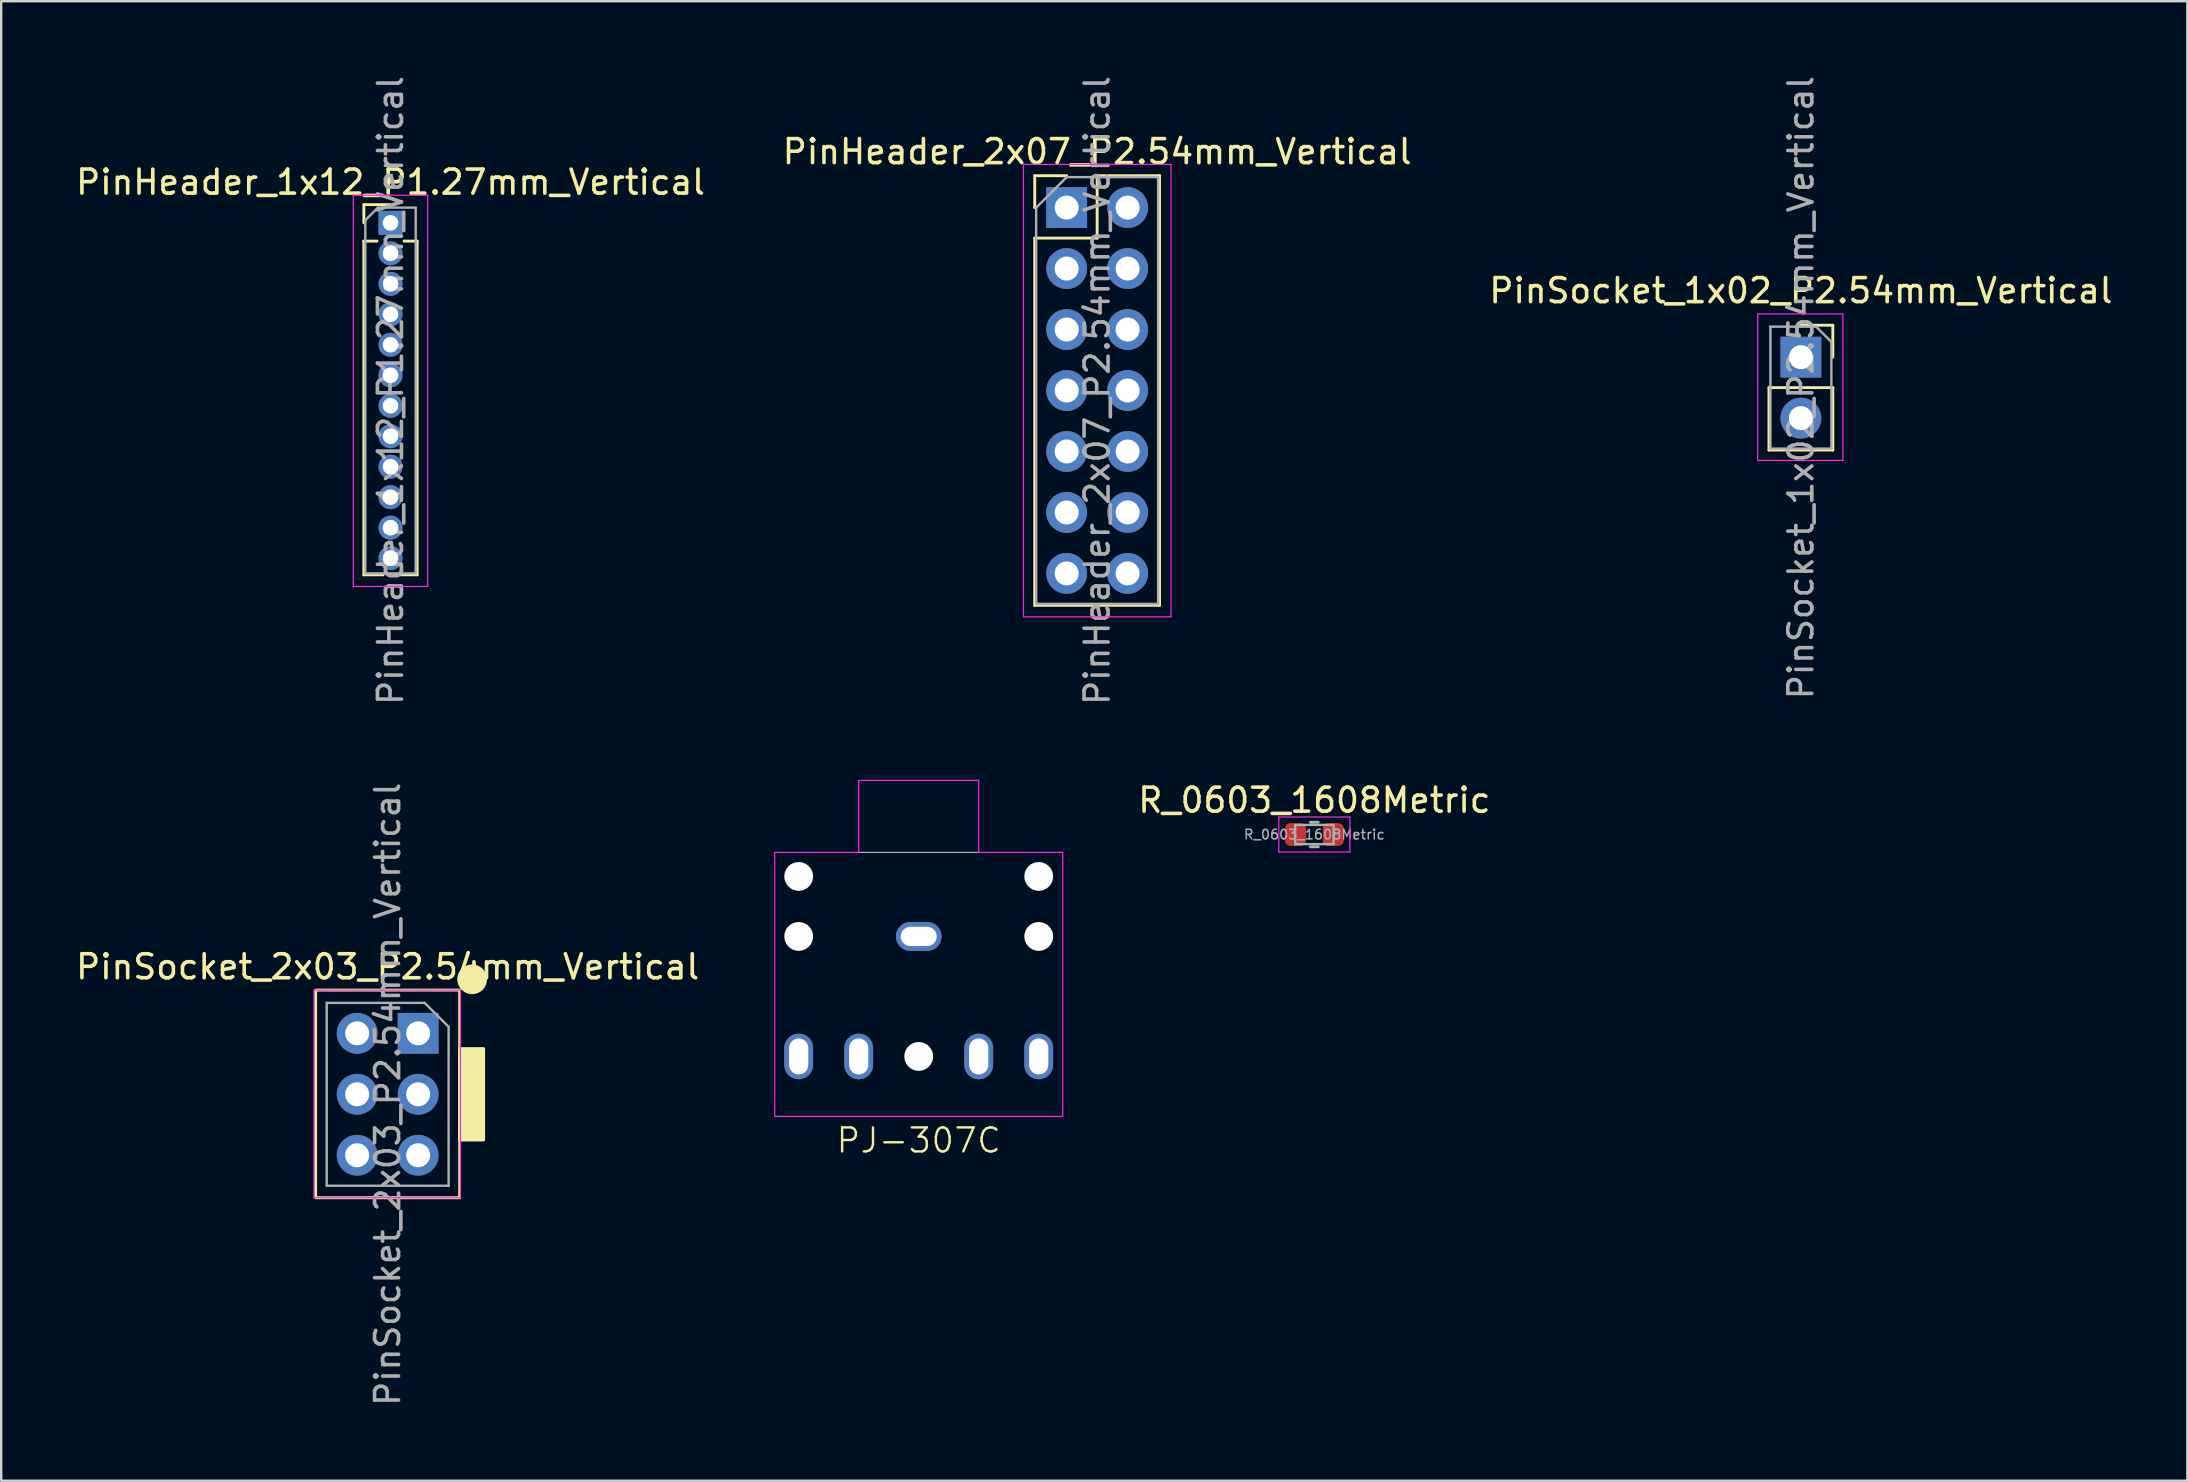
<source format=kicad_pcb>
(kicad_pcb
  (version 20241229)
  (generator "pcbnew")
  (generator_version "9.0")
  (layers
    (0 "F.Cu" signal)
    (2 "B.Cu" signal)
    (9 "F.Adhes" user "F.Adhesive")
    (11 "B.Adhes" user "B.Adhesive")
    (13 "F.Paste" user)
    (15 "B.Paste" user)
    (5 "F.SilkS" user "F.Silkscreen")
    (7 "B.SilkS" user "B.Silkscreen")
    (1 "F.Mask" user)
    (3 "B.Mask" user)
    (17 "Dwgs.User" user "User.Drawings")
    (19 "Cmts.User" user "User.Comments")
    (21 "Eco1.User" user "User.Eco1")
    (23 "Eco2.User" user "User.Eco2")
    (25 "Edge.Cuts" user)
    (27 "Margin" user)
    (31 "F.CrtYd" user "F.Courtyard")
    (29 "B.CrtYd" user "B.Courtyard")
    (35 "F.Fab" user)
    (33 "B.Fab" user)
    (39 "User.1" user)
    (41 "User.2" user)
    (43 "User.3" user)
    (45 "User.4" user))
  (footprint "PinSocket_2x03_P2.54mm_Vertical"
    (layer "F.Cu")
    (at 14.371 40.002)
    (property "Reference" "PinSocket_2x03_P2.54mm_Vertical" (at -1.27 -2.77 0) (layer "F.SilkS") (effects (font (size 1 1) (thickness 0.15))))
    (attr through_hole)
    (fp_rect (start -4.27 -1.8) (end 1.73 6.85) (stroke (width 0.12) (type solid)) (fill no) (layer "F.SilkS"))
    (fp_rect (start 1.73 0.635) (end 2.73 4.445) (stroke (width 0.12) (type solid)) (fill yes) (layer "F.SilkS"))
    (fp_circle (center 2.25 -2.25) (end 2.809 -2.25) (stroke (width 0.12) (type solid)) (fill yes) (layer "F.SilkS"))
    (fp_line (start -4.34 -1.8) (end 1.76 -1.8) (stroke (width 0.05) (type solid)) (layer "F.CrtYd"))
    (fp_line (start -4.34 6.85) (end -4.34 -1.8) (stroke (width 0.05) (type solid)) (layer "F.CrtYd"))
    (fp_line (start 1.76 -1.8) (end 1.76 6.85) (stroke (width 0.05) (type solid)) (layer "F.CrtYd"))
    (fp_line (start 1.76 6.85) (end -4.34 6.85) (stroke (width 0.05) (type solid)) (layer "F.CrtYd"))
    (fp_line (start -3.81 -1.27) (end 0.27 -1.27) (stroke (width 0.1) (type solid)) (layer "F.Fab"))
    (fp_line (start -3.81 6.35) (end -3.81 -1.27) (stroke (width 0.1) (type solid)) (layer "F.Fab"))
    (fp_line (start 0.27 -1.27) (end 1.27 -0.27) (stroke (width 0.1) (type solid)) (layer "F.Fab"))
    (fp_line (start 1.27 -0.27) (end 1.27 6.35) (stroke (width 0.1) (type solid)) (layer "F.Fab"))
    (fp_line (start 1.27 6.35) (end -3.81 6.35) (stroke (width 0.1) (type solid)) (layer "F.Fab"))
    (fp_text user "${REFERENCE}" (at -1.27 2.54 90) (layer "F.Fab") (effects (font (size 1 1) (thickness 0.15))))
    (pad "1" thru_hole rect (at 0 0) (size 1.7 1.7) (drill 1) (layers "*.Cu" "*.Mask"))
    (pad "2" thru_hole oval (at -2.54 0) (size 1.7 1.7) (drill 1) (layers "*.Cu" "*.Mask"))
    (pad "3" thru_hole oval (at 0 2.54) (size 1.7 1.7) (drill 1) (layers "*.Cu" "*.Mask"))
    (pad "4" thru_hole oval (at -2.54 2.54) (size 1.7 1.7) (drill 1) (layers "*.Cu" "*.Mask"))
    (pad "5" thru_hole oval (at 0 5.08) (size 1.7 1.7) (drill 1) (layers "*.Cu" "*.Mask"))
    (pad "6" thru_hole oval (at -2.54 5.08) (size 1.7 1.7) (drill 1) (layers "*.Cu" "*.Mask")))
  (footprint "PinHeader_1x12_P1.27mm_Vertical"
    (layer "F.Cu")
    (at 13.22 6.235)
    (property "Reference" "PinHeader_1x12_P1.27mm_Vertical" (at 0 -1.695 0) (layer "F.SilkS") (effects (font (size 1 1) (thickness 0.15))))
    (attr through_hole)
    (fp_line (start -1.11 -0.76) (end 0 -0.76) (stroke (width 0.12) (type solid)) (layer "F.SilkS"))
    (fp_line (start -1.11 0) (end -1.11 -0.76) (stroke (width 0.12) (type solid)) (layer "F.SilkS"))
    (fp_line (start -1.11 0.76) (end -1.11 14.665) (stroke (width 0.12) (type solid)) (layer "F.SilkS"))
    (fp_line (start -1.11 0.76) (end -0.563 0.76) (stroke (width 0.12) (type solid)) (layer "F.SilkS"))
    (fp_line (start -1.11 14.665) (end -0.308 14.665) (stroke (width 0.12) (type solid)) (layer "F.SilkS"))
    (fp_line (start 0.308 14.665) (end 1.11 14.665) (stroke (width 0.12) (type solid)) (layer "F.SilkS"))
    (fp_line (start 0.563 0.76) (end 1.11 0.76) (stroke (width 0.12) (type solid)) (layer "F.SilkS"))
    (fp_line (start 1.11 0.76) (end 1.11 14.665) (stroke (width 0.12) (type solid)) (layer "F.SilkS"))
    (fp_line (start -1.55 -1.15) (end -1.55 15.15) (stroke (width 0.05) (type solid)) (layer "F.CrtYd"))
    (fp_line (start -1.55 15.15) (end 1.55 15.15) (stroke (width 0.05) (type solid)) (layer "F.CrtYd"))
    (fp_line (start 1.55 -1.15) (end -1.55 -1.15) (stroke (width 0.05) (type solid)) (layer "F.CrtYd"))
    (fp_line (start 1.55 15.15) (end 1.55 -1.15) (stroke (width 0.05) (type solid)) (layer "F.CrtYd"))
    (fp_line (start -1.05 -0.11) (end -0.525 -0.635) (stroke (width 0.1) (type solid)) (layer "F.Fab"))
    (fp_line (start -1.05 14.605) (end -1.05 -0.11) (stroke (width 0.1) (type solid)) (layer "F.Fab"))
    (fp_line (start -0.525 -0.635) (end 1.05 -0.635) (stroke (width 0.1) (type solid)) (layer "F.Fab"))
    (fp_line (start 1.05 -0.635) (end 1.05 14.605) (stroke (width 0.1) (type solid)) (layer "F.Fab"))
    (fp_line (start 1.05 14.605) (end -1.05 14.605) (stroke (width 0.1) (type solid)) (layer "F.Fab"))
    (fp_text user "${REFERENCE}" (at 0 6.985 90) (layer "F.Fab") (effects (font (size 1 1) (thickness 0.15))))
    (pad "1" thru_hole rect (at 0 0) (size 1 1) (drill 0.65) (layers "*.Cu" "*.Mask"))
    (pad "2" thru_hole oval (at 0 1.27) (size 1 1) (drill 0.65) (layers "*.Cu" "*.Mask"))
    (pad "3" thru_hole oval (at 0 2.54) (size 1 1) (drill 0.65) (layers "*.Cu" "*.Mask"))
    (pad "4" thru_hole oval (at 0 3.81) (size 1 1) (drill 0.65) (layers "*.Cu" "*.Mask"))
    (pad "5" thru_hole oval (at 0 5.08) (size 1 1) (drill 0.65) (layers "*.Cu" "*.Mask"))
    (pad "6" thru_hole oval (at 0 6.35) (size 1 1) (drill 0.65) (layers "*.Cu" "*.Mask"))
    (pad "7" thru_hole oval (at 0 7.62) (size 1 1) (drill 0.65) (layers "*.Cu" "*.Mask"))
    (pad "8" thru_hole oval (at 0 8.89) (size 1 1) (drill 0.65) (layers "*.Cu" "*.Mask"))
    (pad "9" thru_hole oval (at 0 10.16) (size 1 1) (drill 0.65) (layers "*.Cu" "*.Mask"))
    (pad "10" thru_hole oval (at 0 11.43) (size 1 1) (drill 0.65) (layers "*.Cu" "*.Mask"))
    (pad "11" thru_hole oval (at 0 12.7) (size 1 1) (drill 0.65) (layers "*.Cu" "*.Mask"))
    (pad "12" thru_hole oval (at 0 13.97) (size 1 1) (drill 0.65) (layers "*.Cu" "*.Mask")))
  (footprint "PinHeader_2x07_P2.54mm_Vertical"
    (layer "F.Cu")
    (at 41.391 5.6)
    (property "Reference" "PinHeader_2x07_P2.54mm_Vertical" (at 1.27 -2.33 0) (layer "F.SilkS") (effects (font (size 1 1) (thickness 0.15))))
    (attr through_hole)
    (fp_line (start -1.33 -1.33) (end 0 -1.33) (stroke (width 0.12) (type solid)) (layer "F.SilkS"))
    (fp_line (start -1.33 0) (end -1.33 -1.33) (stroke (width 0.12) (type solid)) (layer "F.SilkS"))
    (fp_line (start -1.33 1.27) (end -1.33 16.57) (stroke (width 0.12) (type solid)) (layer "F.SilkS"))
    (fp_line (start -1.33 1.27) (end 1.27 1.27) (stroke (width 0.12) (type solid)) (layer "F.SilkS"))
    (fp_line (start -1.33 16.57) (end 3.87 16.57) (stroke (width 0.12) (type solid)) (layer "F.SilkS"))
    (fp_line (start 1.27 -1.33) (end 3.87 -1.33) (stroke (width 0.12) (type solid)) (layer "F.SilkS"))
    (fp_line (start 1.27 1.27) (end 1.27 -1.33) (stroke (width 0.12) (type solid)) (layer "F.SilkS"))
    (fp_line (start 3.87 -1.33) (end 3.87 16.57) (stroke (width 0.12) (type solid)) (layer "F.SilkS"))
    (fp_line (start -1.8 -1.8) (end -1.8 17.05) (stroke (width 0.05) (type solid)) (layer "F.CrtYd"))
    (fp_line (start -1.8 17.05) (end 4.35 17.05) (stroke (width 0.05) (type solid)) (layer "F.CrtYd"))
    (fp_line (start 4.35 -1.8) (end -1.8 -1.8) (stroke (width 0.05) (type solid)) (layer "F.CrtYd"))
    (fp_line (start 4.35 17.05) (end 4.35 -1.8) (stroke (width 0.05) (type solid)) (layer "F.CrtYd"))
    (fp_line (start -1.27 0) (end 0 -1.27) (stroke (width 0.1) (type solid)) (layer "F.Fab"))
    (fp_line (start -1.27 16.51) (end -1.27 0) (stroke (width 0.1) (type solid)) (layer "F.Fab"))
    (fp_line (start 0 -1.27) (end 3.81 -1.27) (stroke (width 0.1) (type solid)) (layer "F.Fab"))
    (fp_line (start 3.81 -1.27) (end 3.81 16.51) (stroke (width 0.1) (type solid)) (layer "F.Fab"))
    (fp_line (start 3.81 16.51) (end -1.27 16.51) (stroke (width 0.1) (type solid)) (layer "F.Fab"))
    (fp_text user "${REFERENCE}" (at 1.27 7.62 90) (layer "F.Fab") (effects (font (size 1 1) (thickness 0.15))))
    (pad "1" thru_hole rect (at 0 0) (size 1.7 1.7) (drill 1) (layers "*.Cu" "*.Mask"))
    (pad "2" thru_hole oval (at 2.54 0) (size 1.7 1.7) (drill 1) (layers "*.Cu" "*.Mask"))
    (pad "3" thru_hole oval (at 0 2.54) (size 1.7 1.7) (drill 1) (layers "*.Cu" "*.Mask"))
    (pad "4" thru_hole oval (at 2.54 2.54) (size 1.7 1.7) (drill 1) (layers "*.Cu" "*.Mask"))
    (pad "5" thru_hole oval (at 0 5.08) (size 1.7 1.7) (drill 1) (layers "*.Cu" "*.Mask"))
    (pad "6" thru_hole oval (at 2.54 5.08) (size 1.7 1.7) (drill 1) (layers "*.Cu" "*.Mask"))
    (pad "7" thru_hole oval (at 0 7.62) (size 1.7 1.7) (drill 1) (layers "*.Cu" "*.Mask"))
    (pad "8" thru_hole oval (at 2.54 7.62) (size 1.7 1.7) (drill 1) (layers "*.Cu" "*.Mask"))
    (pad "9" thru_hole oval (at 0 10.16) (size 1.7 1.7) (drill 1) (layers "*.Cu" "*.Mask"))
    (pad "10" thru_hole oval (at 2.54 10.16) (size 1.7 1.7) (drill 1) (layers "*.Cu" "*.Mask"))
    (pad "11" thru_hole oval (at 0 12.7) (size 1.7 1.7) (drill 1) (layers "*.Cu" "*.Mask"))
    (pad "12" thru_hole oval (at 2.54 12.7) (size 1.7 1.7) (drill 1) (layers "*.Cu" "*.Mask"))
    (pad "13" thru_hole oval (at 0 15.24) (size 1.7 1.7) (drill 1) (layers "*.Cu" "*.Mask"))
    (pad "14" thru_hole oval (at 2.54 15.24) (size 1.7 1.7) (drill 1) (layers "*.Cu" "*.Mask")))
  (footprint "R_0603_1608Metric"
    (layer "F.Cu")
    (at 51.711 31.719)
    (property "Reference" "R_0603_1608Metric" (at 0 -1.43 0) (layer "F.SilkS") (effects (font (size 1 1) (thickness 0.15))))
    (attr smd)
    (fp_line (start -1.48 -0.73) (end 1.48 -0.73) (stroke (width 0.05) (type solid)) (layer "F.CrtYd"))
    (fp_line (start -1.48 0.73) (end -1.48 -0.73) (stroke (width 0.05) (type solid)) (layer "F.CrtYd"))
    (fp_line (start 1.48 -0.73) (end 1.48 0.73) (stroke (width 0.05) (type solid)) (layer "F.CrtYd"))
    (fp_line (start 1.48 0.73) (end -1.48 0.73) (stroke (width 0.05) (type solid)) (layer "F.CrtYd"))
    (fp_line (start -0.8 -0.4) (end 0.8 -0.4) (stroke (width 0.1) (type solid)) (layer "F.Fab"))
    (fp_line (start -0.8 0.4) (end -0.8 -0.4) (stroke (width 0.1) (type solid)) (layer "F.Fab"))
    (fp_line (start -0.163 -0.51) (end 0.163 -0.51) (stroke (width 0.12) (type solid)) (layer "F.Fab"))
    (fp_line (start -0.163 0.51) (end 0.163 0.51) (stroke (width 0.12) (type solid)) (layer "F.Fab"))
    (fp_line (start 0.8 -0.4) (end 0.8 0.4) (stroke (width 0.1) (type solid)) (layer "F.Fab"))
    (fp_line (start 0.8 0.4) (end -0.8 0.4) (stroke (width 0.1) (type solid)) (layer "F.Fab"))
    (fp_text user "${REFERENCE}" (at 0 0 0) (layer "F.Fab") (effects (font (size 0.4 0.4) (thickness 0.06))))
    (pad "1" smd roundrect (at -0.787 0) (size 0.875 0.95) (layers "F.Cu" "F.Mask" "F.Paste") (roundrect_rratio 0.25))
    (pad "2" smd roundrect (at 0.787 0) (size 0.875 0.95) (layers "F.Cu" "F.Mask" "F.Paste") (roundrect_rratio 0.25)))
  (footprint "PinSocket_1x02_P2.54mm_Vertical"
    (layer "F.Cu")
    (at 71.982 11.831)
    (property "Reference" "PinSocket_1x02_P2.54mm_Vertical" (at 0 -2.77 0) (layer "F.SilkS") (effects (font (size 1 1) (thickness 0.15))))
    (attr through_hole)
    (fp_line (start -1.33 1.27) (end -1.33 3.87) (stroke (width 0.12) (type solid)) (layer "F.SilkS"))
    (fp_line (start -1.33 1.27) (end 1.33 1.27) (stroke (width 0.12) (type solid)) (layer "F.SilkS"))
    (fp_line (start -1.33 3.87) (end 1.33 3.87) (stroke (width 0.12) (type solid)) (layer "F.SilkS"))
    (fp_line (start 0 -1.33) (end 1.33 -1.33) (stroke (width 0.12) (type solid)) (layer "F.SilkS"))
    (fp_line (start 1.33 -1.33) (end 1.33 0) (stroke (width 0.12) (type solid)) (layer "F.SilkS"))
    (fp_line (start 1.33 1.27) (end 1.33 3.87) (stroke (width 0.12) (type solid)) (layer "F.SilkS"))
    (fp_line (start -1.8 -1.8) (end 1.75 -1.8) (stroke (width 0.05) (type solid)) (layer "F.CrtYd"))
    (fp_line (start -1.8 4.3) (end -1.8 -1.8) (stroke (width 0.05) (type solid)) (layer "F.CrtYd"))
    (fp_line (start 1.75 -1.8) (end 1.75 4.3) (stroke (width 0.05) (type solid)) (layer "F.CrtYd"))
    (fp_line (start 1.75 4.3) (end -1.8 4.3) (stroke (width 0.05) (type solid)) (layer "F.CrtYd"))
    (fp_line (start -1.27 -1.27) (end 0.635 -1.27) (stroke (width 0.1) (type solid)) (layer "F.Fab"))
    (fp_line (start -1.27 3.81) (end -1.27 -1.27) (stroke (width 0.1) (type solid)) (layer "F.Fab"))
    (fp_line (start 0.635 -1.27) (end 1.27 -0.635) (stroke (width 0.1) (type solid)) (layer "F.Fab"))
    (fp_line (start 1.27 -0.635) (end 1.27 3.81) (stroke (width 0.1) (type solid)) (layer "F.Fab"))
    (fp_line (start 1.27 3.81) (end -1.27 3.81) (stroke (width 0.1) (type solid)) (layer "F.Fab"))
    (fp_text user "${REFERENCE}" (at 0 1.27 90) (layer "F.Fab") (effects (font (size 1 1) (thickness 0.15))))
    (pad "1" thru_hole rect (at 0 0) (size 1.7 1.7) (drill 1) (layers "*.Cu" "*.Mask"))
    (pad "2" thru_hole oval (at 0 2.54) (size 1.7 1.7) (drill 1) (layers "*.Cu" "*.Mask")))
  (footprint "PJ-307C"
    (layer "F.Cu")
    (at 35.227 35.965)
    (property "Reference" "PJ-307C" (at 0 8.5 0) (unlocked yes) (layer "F.SilkS") (effects (font (size 1 1) (thickness 0.1))))
    (attr through_hole)
    (fp_line (start -6 -3.5) (end -6 7.5) (stroke (width 0.05) (type default)) (layer "F.CrtYd"))
    (fp_line (start -6 7.5) (end 6 7.5) (stroke (width 0.05) (type default)) (layer "F.CrtYd"))
    (fp_line (start -2.5 -6.5) (end -2.5 -3.5) (stroke (width 0.05) (type default)) (layer "F.CrtYd"))
    (fp_line (start -2.5 -3.5) (end -6 -3.5) (stroke (width 0.05) (type default)) (layer "F.CrtYd"))
    (fp_line (start 2.5 -6.5) (end -2.5 -6.5) (stroke (width 0.05) (type default)) (layer "F.CrtYd"))
    (fp_line (start 2.5 -3.5) (end 2.5 -6.5) (stroke (width 0.05) (type default)) (layer "F.CrtYd"))
    (fp_line (start 6 -3.5) (end 2.5 -3.5) (stroke (width 0.05) (type default)) (layer "F.CrtYd"))
    (fp_line (start 6 7.5) (end 6 -3.5) (stroke (width 0.05) (type default)) (layer "F.CrtYd"))
    (fp_line (start -2.5 -3.5) (end 2.5 -3.5) (stroke (width 0.05) (type default)) (layer "F.Fab"))
    (pad "" np_thru_hole circle (at -5 -2.5) (size 1.2 1.2) (drill 1.2) (layers "*.Cu" "*.Mask"))
    (pad "" np_thru_hole circle (at -5 0) (size 1.2 1.2) (drill 1.2) (layers "*.Cu" "*.Mask"))
    (pad "" np_thru_hole circle (at 0 5) (size 1.2 1.2) (drill 1.2) (layers "*.Cu" "*.Mask"))
    (pad "" np_thru_hole circle (at 5 -2.5) (size 1.2 1.2) (drill 1.2) (layers "*.Cu" "*.Mask"))
    (pad "" np_thru_hole circle (at 5 0) (size 1.2 1.2) (drill 1.2) (layers "*.Cu" "*.Mask"))
    (pad "1" thru_hole oval (at 0 0) (size 1.9 1.2) (drill oval 1.5 0.8) (layers "*.Cu" "*.Mask"))
    (pad "2" thru_hole oval (at 5 5 180) (size 1.2 1.9) (drill oval 0.8 1.5) (layers "*.Cu" "*.Mask"))
    (pad "3" thru_hole oval (at 2.5 5 180) (size 1.2 1.9) (drill oval 0.8 1.5) (layers "*.Cu" "*.Mask"))
    (pad "4" thru_hole oval (at -2.5 5 180) (size 1.2 1.9) (drill oval 0.8 1.5) (layers "*.Cu" "*.Mask"))
    (pad "5" thru_hole oval (at -5 5 180) (size 1.2 1.9) (drill oval 0.8 1.5) (layers "*.Cu" "*.Mask")))
  (gr_rect
    (start -3 -3)
    (end 88.083 58.643)
    (stroke (width 0.1) (type default))
    (fill no)
    (layer "Edge.Cuts")))
</source>
